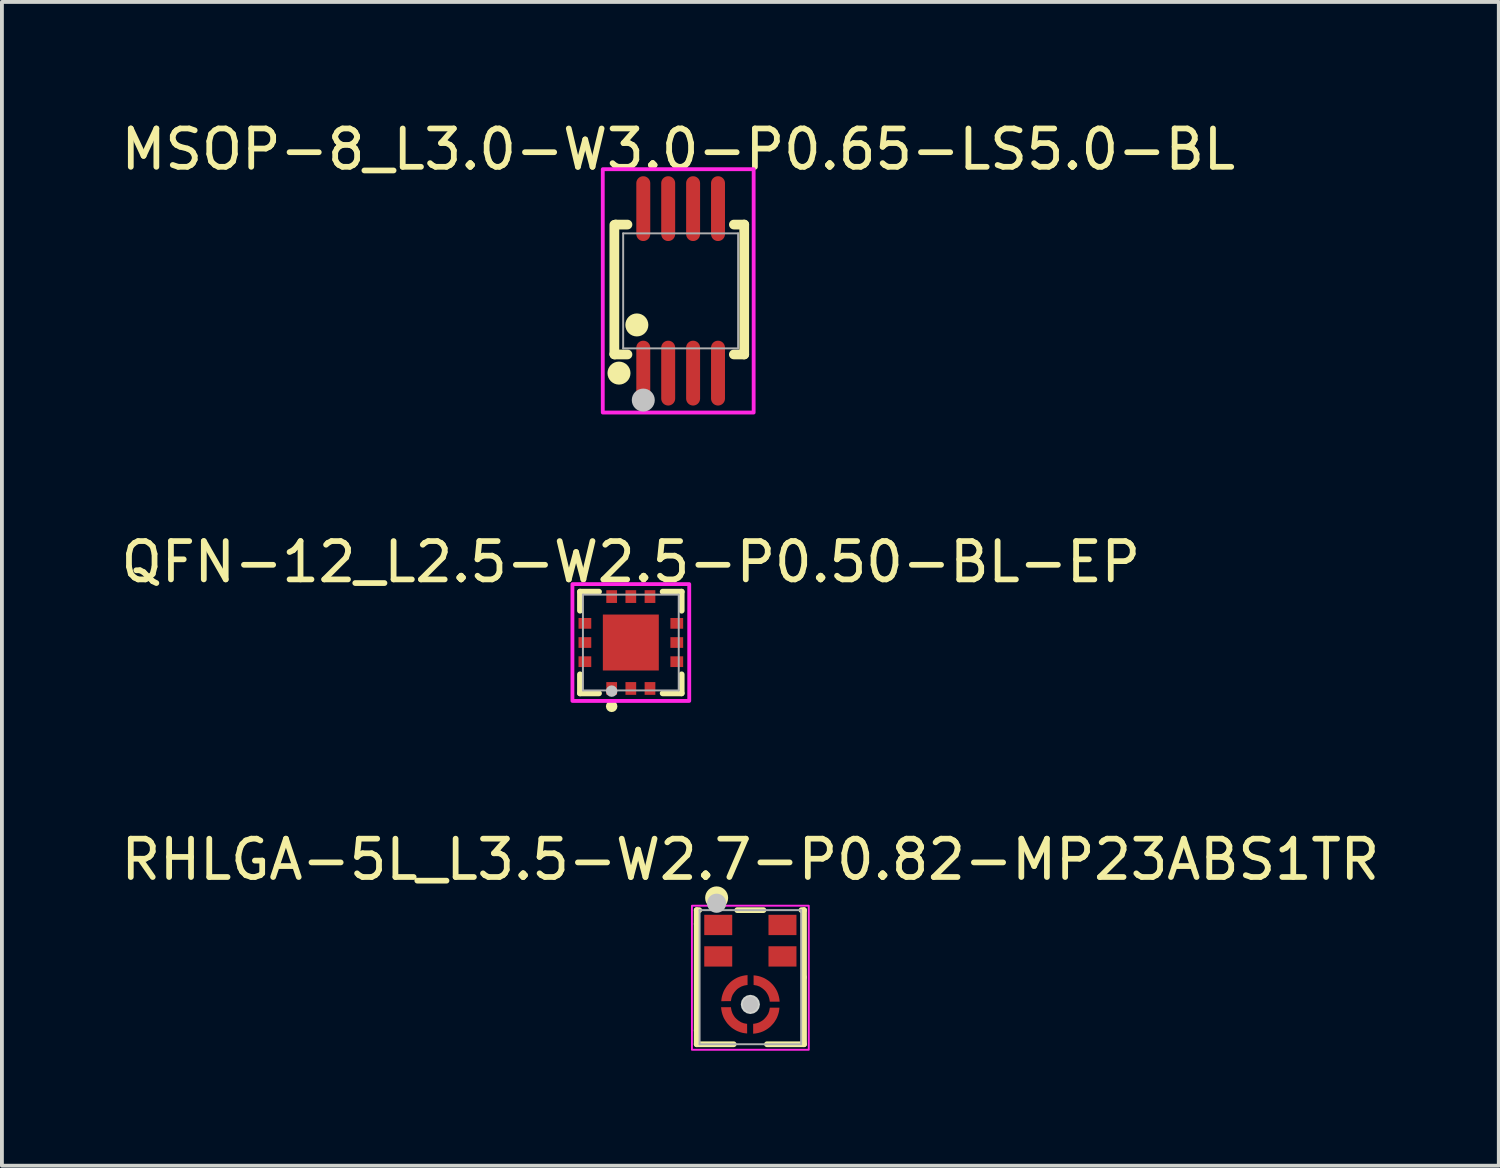
<source format=kicad_pcb>
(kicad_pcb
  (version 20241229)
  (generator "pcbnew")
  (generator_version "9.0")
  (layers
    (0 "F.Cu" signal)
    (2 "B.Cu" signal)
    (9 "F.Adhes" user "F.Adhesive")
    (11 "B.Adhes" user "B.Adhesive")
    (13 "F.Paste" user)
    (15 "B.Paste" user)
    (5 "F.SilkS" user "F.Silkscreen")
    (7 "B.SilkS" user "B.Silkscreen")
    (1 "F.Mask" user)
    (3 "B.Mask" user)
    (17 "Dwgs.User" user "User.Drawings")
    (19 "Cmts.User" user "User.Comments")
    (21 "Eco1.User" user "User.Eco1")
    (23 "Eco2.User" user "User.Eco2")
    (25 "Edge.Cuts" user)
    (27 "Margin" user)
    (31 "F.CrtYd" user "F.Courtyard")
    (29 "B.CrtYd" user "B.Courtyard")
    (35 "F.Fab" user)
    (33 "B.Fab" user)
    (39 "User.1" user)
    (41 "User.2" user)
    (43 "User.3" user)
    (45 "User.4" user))
  (footprint "QFN-12_L2.5-W2.5-P0.50-BL-EP"
    (layer "F.Cu")
    (at 13.411 13.716)
    (property "Reference" "QFN-12_L2.5-W2.5-P0.50-BL-EP" (at 0 -2.102 0) (layer "F.SilkS") (effects (font (size 1 1) (thickness 0.15))))
    (fp_line (start -1.326 -1.326) (end -0.831 -1.326) (stroke (width 0.152) (type default)) (layer "F.SilkS"))
    (fp_line (start -1.326 -0.831) (end -1.326 -1.326) (stroke (width 0.152) (type default)) (layer "F.SilkS"))
    (fp_line (start -1.326 0.831) (end -1.326 1.326) (stroke (width 0.152) (type default)) (layer "F.SilkS"))
    (fp_line (start -1.326 1.326) (end -0.831 1.326) (stroke (width 0.152) (type default)) (layer "F.SilkS"))
    (fp_line (start 1.326 -1.326) (end 0.831 -1.326) (stroke (width 0.152) (type default)) (layer "F.SilkS"))
    (fp_line (start 1.326 -0.831) (end 1.326 -1.326) (stroke (width 0.152) (type default)) (layer "F.SilkS"))
    (fp_line (start 1.326 0.831) (end 1.326 1.326) (stroke (width 0.152) (type default)) (layer "F.SilkS"))
    (fp_line (start 1.326 1.326) (end 0.831 1.326) (stroke (width 0.152) (type default)) (layer "F.SilkS"))
    (fp_circle (center -0.5 1.665) (end -0.425 1.665) (stroke (width 0.15) (type default)) (fill no) (layer "F.SilkS"))
    (fp_circle (center -0.5 1.268) (end -0.425 1.268) (stroke (width 0.15) (type default)) (fill no) (layer "Dwgs.User"))
    (fp_rect (start -1.524 -1.524) (end 1.524 1.524) (stroke (width 0.1) (type default)) (fill no) (layer "F.CrtYd"))
    (fp_line (start -1.25 -1.25) (end 1.25 -1.25) (stroke (width 0.051) (type default)) (layer "F.Fab"))
    (fp_line (start -1.25 1.25) (end -1.25 -1.25) (stroke (width 0.051) (type default)) (layer "F.Fab"))
    (fp_line (start 1.25 -1.25) (end 1.25 1.25) (stroke (width 0.051) (type default)) (layer "F.Fab"))
    (fp_line (start 1.25 1.25) (end -1.25 1.25) (stroke (width 0.051) (type default)) (layer "F.Fab"))
    (fp_poly (pts (xy -1.058 -0.385) (xy -1.058 -0.615) (xy -1.25 -0.615) (xy -1.25 -0.385)) (stroke (width 0.1) (type default)) (fill no) (layer "User.1"))
    (fp_poly (pts (xy -1.058 0.115) (xy -1.058 -0.115) (xy -1.25 -0.115) (xy -1.25 0.115)) (stroke (width 0.1) (type default)) (fill no) (layer "User.1"))
    (fp_poly (pts (xy -1.058 0.615) (xy -1.058 0.385) (xy -1.25 0.385) (xy -1.25 0.615)) (stroke (width 0.1) (type default)) (fill no) (layer "User.1"))
    (fp_poly (pts (xy -0.615 -1.25) (xy -0.615 -1.058) (xy -0.385 -1.058) (xy -0.385 -1.25)) (stroke (width 0.1) (type default)) (fill no) (layer "User.1"))
    (fp_poly (pts (xy -0.615 1.25) (xy -0.615 1.058) (xy -0.385 1.058) (xy -0.385 1.25)) (stroke (width 0.1) (type default)) (fill no) (layer "User.1"))
    (fp_poly (pts (xy -0.115 -1.25) (xy -0.115 -1.058) (xy 0.115 -1.058) (xy 0.115 -1.25)) (stroke (width 0.1) (type default)) (fill no) (layer "User.1"))
    (fp_poly (pts (xy -0.115 1.25) (xy -0.115 1.058) (xy 0.115 1.058) (xy 0.115 1.25)) (stroke (width 0.1) (type default)) (fill no) (layer "User.1"))
    (fp_poly (pts (xy 0.385 -1.25) (xy 0.385 -1.058) (xy 0.615 -1.058) (xy 0.615 -1.25)) (stroke (width 0.1) (type default)) (fill no) (layer "User.1"))
    (fp_poly (pts (xy 0.385 1.25) (xy 0.385 1.058) (xy 0.615 1.058) (xy 0.615 1.25)) (stroke (width 0.1) (type default)) (fill no) (layer "User.1"))
    (fp_poly (pts (xy 1.058 -0.385) (xy 1.058 -0.615) (xy 1.25 -0.615) (xy 1.25 -0.385)) (stroke (width 0.1) (type default)) (fill no) (layer "User.1"))
    (fp_poly (pts (xy 1.058 0.115) (xy 1.058 -0.115) (xy 1.25 -0.115) (xy 1.25 0.115)) (stroke (width 0.1) (type default)) (fill no) (layer "User.1"))
    (fp_poly (pts (xy 1.058 0.615) (xy 1.058 0.385) (xy 1.25 0.385) (xy 1.25 0.615)) (stroke (width 0.1) (type default)) (fill no) (layer "User.1"))
    (fp_poly (pts (xy -0.73 0.584) (xy -0.73 -0.73) (xy 0.73 -0.73) (xy 0.73 0.73) (xy -0.584 0.73)) (stroke (width 0.1) (type default)) (fill no) (layer "User.1"))
    (fp_poly (pts (xy -1.19 1.25) (xy -1.208 1.208) (xy -1.25 1.19) (xy -1.292 1.208) (xy -1.31 1.25) (xy -1.292 1.292) (xy -1.25 1.31) (xy -1.208 1.292)) (stroke (width 0.1) (type default)) (fill no) (layer "User.3"))
    (pad "1" smd rect (at -0.5 1.199) (size 0.28 0.333) (layers "F.Cu" "F.Mask" "F.Paste"))
    (pad "2" smd rect (at 0 1.199) (size 0.28 0.333) (layers "F.Cu" "F.Mask" "F.Paste"))
    (pad "3" smd rect (at 0.5 1.199) (size 0.28 0.333) (layers "F.Cu" "F.Mask" "F.Paste"))
    (pad "4" smd rect (at 1.199 0.5) (size 0.333 0.28) (layers "F.Cu" "F.Mask" "F.Paste"))
    (pad "5" smd rect (at 1.199 0) (size 0.333 0.28) (layers "F.Cu" "F.Mask" "F.Paste"))
    (pad "6" smd rect (at 1.199 -0.5) (size 0.333 0.28) (layers "F.Cu" "F.Mask" "F.Paste"))
    (pad "7" smd rect (at 0.5 -1.199) (size 0.28 0.333) (layers "F.Cu" "F.Mask" "F.Paste"))
    (pad "8" smd rect (at 0 -1.199) (size 0.28 0.333) (layers "F.Cu" "F.Mask" "F.Paste"))
    (pad "9" smd rect (at -0.5 -1.199) (size 0.28 0.333) (layers "F.Cu" "F.Mask" "F.Paste"))
    (pad "10" smd rect (at -1.199 -0.5) (size 0.333 0.28) (layers "F.Cu" "F.Mask" "F.Paste"))
    (pad "11" smd rect (at -1.199 0) (size 0.333 0.28) (layers "F.Cu" "F.Mask" "F.Paste"))
    (pad "12" smd rect (at -1.199 0.5) (size 0.333 0.28) (layers "F.Cu" "F.Mask" "F.Paste"))
    (pad "13" smd rect (at 0 0) (size 1.46 1.46) (layers "F.Cu" "F.Mask" "F.Paste")))
  (footprint "MSOP-8_L3.0-W3.0-P0.65-LS5.0-BL"
    (layer "F.Cu")
    (at 14.711 4.54)
    (property "Reference" "MSOP-8_L3.0-W3.0-P0.65-LS5.0-BL" (at -0.062 -3.692 0) (layer "F.SilkS") (effects (font (size 1 1) (thickness 0.15))))
    (fp_line (start -1.73 -1.724) (end -1.73 1.652) (stroke (width 0.254) (type default)) (layer "F.SilkS"))
    (fp_line (start -1.73 1.652) (end -1.724 1.659) (stroke (width 0.254) (type default)) (layer "F.SilkS"))
    (fp_line (start -1.724 1.659) (end -1.388 1.659) (stroke (width 0.254) (type default)) (layer "F.SilkS"))
    (fp_line (start -1.696 -1.73) (end -1.716 -1.71) (stroke (width 0.254) (type default)) (layer "F.SilkS"))
    (fp_line (start -1.388 -1.73) (end -1.696 -1.73) (stroke (width 0.254) (type default)) (layer "F.SilkS"))
    (fp_line (start 1.388 1.659) (end 1.659 1.659) (stroke (width 0.254) (type default)) (layer "F.SilkS"))
    (fp_line (start 1.659 -1.73) (end 1.389 -1.73) (stroke (width 0.254) (type default)) (layer "F.SilkS"))
    (fp_line (start 1.659 1.659) (end 1.659 -1.73) (stroke (width 0.254) (type default)) (layer "F.SilkS"))
    (fp_circle (center -1.609 2.146) (end -1.459 2.146) (stroke (width 0.3) (type default)) (fill no) (layer "F.SilkS"))
    (fp_circle (center -1.143 0.889) (end -0.993 0.889) (stroke (width 0.3) (type default)) (fill no) (layer "F.SilkS"))
    (fp_circle (center -0.975 2.85) (end -0.825 2.85) (stroke (width 0.3) (type default)) (fill no) (layer "Dwgs.User"))
    (fp_rect (start -2.032 -3.175) (end 1.905 3.175) (stroke (width 0.1) (type default)) (fill no) (layer "F.CrtYd"))
    (fp_line (start -1.5 -1.5) (end 1.5 -1.5) (stroke (width 0.051) (type default)) (layer "F.Fab"))
    (fp_line (start -1.5 1.5) (end -1.5 -1.5) (stroke (width 0.051) (type default)) (layer "F.Fab"))
    (fp_line (start 1.5 -1.5) (end 1.5 1.5) (stroke (width 0.051) (type default)) (layer "F.Fab"))
    (fp_line (start 1.5 1.5) (end -1.5 1.5) (stroke (width 0.051) (type default)) (layer "F.Fab"))
    (fp_poly (pts (xy -1.13 -2.45) (xy -1.13 -1.85) (xy -0.82 -1.85) (xy -0.82 -2.45)) (stroke (width 0.1) (type default)) (fill no) (layer "User.1"))
    (fp_poly (pts (xy -1.13 -1.86) (xy -1.13 -1.49) (xy -0.82 -1.49) (xy -0.82 -1.86)) (stroke (width 0.1) (type default)) (fill no) (layer "User.1"))
    (fp_poly (pts (xy -1.13 1.86) (xy -1.13 1.49) (xy -0.82 1.49) (xy -0.82 1.86)) (stroke (width 0.1) (type default)) (fill no) (layer "User.1"))
    (fp_poly (pts (xy -1.13 2.45) (xy -1.13 1.85) (xy -0.82 1.85) (xy -0.82 2.45)) (stroke (width 0.1) (type default)) (fill no) (layer "User.1"))
    (fp_poly (pts (xy -0.48 -2.45) (xy -0.48 -1.85) (xy -0.17 -1.85) (xy -0.17 -2.45)) (stroke (width 0.1) (type default)) (fill no) (layer "User.1"))
    (fp_poly (pts (xy -0.48 -1.86) (xy -0.48 -1.49) (xy -0.17 -1.49) (xy -0.17 -1.86)) (stroke (width 0.1) (type default)) (fill no) (layer "User.1"))
    (fp_poly (pts (xy -0.48 1.86) (xy -0.48 1.49) (xy -0.17 1.49) (xy -0.17 1.86)) (stroke (width 0.1) (type default)) (fill no) (layer "User.1"))
    (fp_poly (pts (xy -0.48 2.45) (xy -0.48 1.85) (xy -0.17 1.85) (xy -0.17 2.45)) (stroke (width 0.1) (type default)) (fill no) (layer "User.1"))
    (fp_poly (pts (xy 0.17 -2.45) (xy 0.17 -1.85) (xy 0.48 -1.85) (xy 0.48 -2.45)) (stroke (width 0.1) (type default)) (fill no) (layer "User.1"))
    (fp_poly (pts (xy 0.17 -1.86) (xy 0.17 -1.49) (xy 0.48 -1.49) (xy 0.48 -1.86)) (stroke (width 0.1) (type default)) (fill no) (layer "User.1"))
    (fp_poly (pts (xy 0.17 1.86) (xy 0.17 1.49) (xy 0.48 1.49) (xy 0.48 1.86)) (stroke (width 0.1) (type default)) (fill no) (layer "User.1"))
    (fp_poly (pts (xy 0.17 2.45) (xy 0.17 1.85) (xy 0.48 1.85) (xy 0.48 2.45)) (stroke (width 0.1) (type default)) (fill no) (layer "User.1"))
    (fp_poly (pts (xy 0.82 -2.45) (xy 0.82 -1.85) (xy 1.13 -1.85) (xy 1.13 -2.45)) (stroke (width 0.1) (type default)) (fill no) (layer "User.1"))
    (fp_poly (pts (xy 0.82 -1.86) (xy 0.82 -1.49) (xy 1.13 -1.49) (xy 1.13 -1.86)) (stroke (width 0.1) (type default)) (fill no) (layer "User.1"))
    (fp_poly (pts (xy 0.82 1.86) (xy 0.82 1.49) (xy 1.13 1.49) (xy 1.13 1.86)) (stroke (width 0.1) (type default)) (fill no) (layer "User.1"))
    (fp_poly (pts (xy 0.82 2.45) (xy 0.82 1.85) (xy 1.13 1.85) (xy 1.13 2.45)) (stroke (width 0.1) (type default)) (fill no) (layer "User.1"))
    (fp_poly (pts (xy -1.44 2.45) (xy -1.458 2.408) (xy -1.5 2.39) (xy -1.542 2.408) (xy -1.56 2.45) (xy -1.542 2.492) (xy -1.5 2.51) (xy -1.458 2.492)) (stroke (width 0.1) (type default)) (fill no) (layer "User.3"))
    (pad "1" smd oval (at -0.975 2.146) (size 0.364 1.692) (layers "F.Cu" "F.Mask" "F.Paste"))
    (pad "2" smd oval (at -0.325 2.146) (size 0.364 1.692) (layers "F.Cu" "F.Mask" "F.Paste"))
    (pad "3" smd oval (at 0.325 2.146) (size 0.364 1.692) (layers "F.Cu" "F.Mask" "F.Paste"))
    (pad "4" smd oval (at 0.975 2.146) (size 0.364 1.692) (layers "F.Cu" "F.Mask" "F.Paste"))
    (pad "5" smd oval (at 0.975 -2.146) (size 0.364 1.692) (layers "F.Cu" "F.Mask" "F.Paste"))
    (pad "6" smd oval (at 0.325 -2.146) (size 0.364 1.692) (layers "F.Cu" "F.Mask" "F.Paste"))
    (pad "7" smd oval (at -0.325 -2.146) (size 0.364 1.692) (layers "F.Cu" "F.Mask" "F.Paste"))
    (pad "8" smd oval (at -0.975 -2.146) (size 0.364 1.692) (layers "F.Cu" "F.Mask" "F.Paste")))
  (footprint "RHLGA-5L_L3.5-W2.7-P0.82-MP23ABS1TR"
    (layer "F.Cu")
    (at 16.53 22.362)
    (property "Reference" "RHLGA-5L_L3.5-W2.7-P0.82-MP23ABS1TR" (at 0 -2.982 0) (layer "F.SilkS") (effects (font (size 1 1) (thickness 0.15))))
    (fp_line (start -1.4 -1.663) (end -1.4 -1.302) (stroke (width 0.15) (type default)) (layer "F.SilkS"))
    (fp_line (start -1.4 -1.302) (end -1.4 1.478) (stroke (width 0.15) (type default)) (layer "F.SilkS"))
    (fp_line (start -1.4 1.837) (end -1.4 1.478) (stroke (width 0.15) (type default)) (layer "F.SilkS"))
    (fp_line (start -1.334 -1.663) (end -1.4 -1.663) (stroke (width 0.15) (type default)) (layer "F.SilkS"))
    (fp_line (start -0.435 1.837) (end -1.4 1.837) (stroke (width 0.15) (type default)) (layer "F.SilkS"))
    (fp_line (start 0.342 -1.663) (end -0.342 -1.663) (stroke (width 0.15) (type default)) (layer "F.SilkS"))
    (fp_line (start 1.4 -1.663) (end 1.334 -1.663) (stroke (width 0.15) (type default)) (layer "F.SilkS"))
    (fp_line (start 1.4 0.087) (end 1.4 -1.663) (stroke (width 0.15) (type default)) (layer "F.SilkS"))
    (fp_line (start 1.4 0.087) (end 1.4 1.837) (stroke (width 0.15) (type default)) (layer "F.SilkS"))
    (fp_line (start 1.4 1.837) (end 0.434 1.837) (stroke (width 0.15) (type default)) (layer "F.SilkS"))
    (fp_circle (center -0.88 -1.982) (end -0.73 -1.982) (stroke (width 0.3) (type default)) (fill no) (layer "F.SilkS"))
    (fp_circle (center -0.88 -1.843) (end -0.755 -1.843) (stroke (width 0.25) (type default)) (fill no) (layer "Dwgs.User"))
    (fp_circle (center 0 0.797) (end 0.1 0.797) (stroke (width 0.2) (type default)) (fill no) (layer "Dwgs.User"))
    (fp_poly (pts (xy 0.25 0.797) (xy 0.231 0.702) (xy 0.177 0.621) (xy 0.096 0.567) (xy 0 0.547) (xy -0.096 0.567) (xy -0.177 0.621) (xy -0.231 0.702) (xy -0.25 0.797) (xy -0.231 0.893) (xy -0.177 0.974) (xy -0.096 1.028) (xy 0 1.048) (xy 0.096 1.028) (xy 0.177 0.974) (xy 0.231 0.893)) (stroke (width 0) (type default)) (fill yes) (layer "Edge.Cuts"))
    (fp_rect (start -1.524 -1.778) (end 1.524 1.981) (stroke (width 0.05) (type default)) (fill no) (layer "F.CrtYd"))
    (fp_line (start -1.325 -1.663) (end -1.325 1.837) (stroke (width 0.051) (type default)) (layer "F.Fab"))
    (fp_line (start -1.325 1.837) (end 1.325 1.837) (stroke (width 0.051) (type default)) (layer "F.Fab"))
    (fp_line (start 1.325 -1.663) (end -1.325 -1.663) (stroke (width 0.051) (type default)) (layer "F.Fab"))
    (fp_line (start 1.325 1.837) (end 1.325 -1.663) (stroke (width 0.051) (type default)) (layer "F.Fab"))
    (fp_poly (pts (xy -1.2 -1.536) (xy -0.475 -1.536) (xy -0.475 -1.016) (xy -1.2 -1.016)) (stroke (width 0.1) (type default)) (fill no) (layer "User.1"))
    (fp_poly (pts (xy -1.2 -0.715) (xy -0.475 -0.715) (xy -0.475 -0.195) (xy -1.2 -0.195)) (stroke (width 0.1) (type default)) (fill no) (layer "User.1"))
    (fp_poly (pts (xy 0.475 -1.536) (xy 1.2 -1.536) (xy 1.2 -1.016) (xy 0.475 -1.016)) (stroke (width 0.1) (type default)) (fill no) (layer "User.1"))
    (fp_poly (pts (xy 0.475 -0.715) (xy 1.2 -0.715) (xy 1.2 -0.195) (xy 0.475 -0.195)) (stroke (width 0.1) (type default)) (fill no) (layer "User.1"))
    (fp_poly (pts (xy -0.507 0.713) (xy -0.758 0.714) (xy -0.752 0.653) (xy -0.743 0.596) (xy -0.726 0.532) (xy -0.699 0.463) (xy -0.675 0.415) (xy -0.654 0.38) (xy -0.632 0.344) (xy -0.611 0.315) (xy -0.586 0.284) (xy -0.55 0.246) (xy -0.511 0.209) (xy -0.463 0.171) (xy -0.414 0.139) (xy -0.368 0.113) (xy -0.332 0.095) (xy -0.265 0.07) (xy -0.204 0.052) (xy -0.136 0.04) (xy -0.072 0.034) (xy -0.072 0.291) (xy -0.102 0.294) (xy -0.164 0.306) (xy -0.203 0.32) (xy -0.237 0.333) (xy -0.298 0.367) (xy -0.336 0.394) (xy -0.369 0.424) (xy -0.416 0.479) (xy -0.465 0.55) (xy -0.491 0.625)) (stroke (width 0.1) (type default)) (fill no) (layer "User.1"))
    (fp_poly (pts (xy -0.085 1.305) (xy -0.084 1.556) (xy -0.144 1.55) (xy -0.202 1.54) (xy -0.265 1.523) (xy -0.335 1.496) (xy -0.382 1.473) (xy -0.418 1.452) (xy -0.453 1.43) (xy -0.483 1.408) (xy -0.513 1.383) (xy -0.551 1.348) (xy -0.588 1.309) (xy -0.627 1.26) (xy -0.659 1.212) (xy -0.685 1.166) (xy -0.703 1.129) (xy -0.728 1.062) (xy -0.745 1.002) (xy -0.758 0.933) (xy -0.764 0.87) (xy -0.506 0.87) (xy -0.503 0.9) (xy -0.491 0.961) (xy -0.478 1) (xy -0.465 1.035) (xy -0.43 1.096) (xy -0.404 1.133) (xy -0.373 1.167) (xy -0.318 1.214) (xy -0.247 1.262) (xy -0.172 1.289)) (stroke (width 0.1) (type default)) (fill no) (layer "User.1"))
    (fp_poly (pts (xy 0.085 0.29) (xy 0.084 0.039) (xy 0.144 0.045) (xy 0.202 0.055) (xy 0.265 0.072) (xy 0.335 0.099) (xy 0.382 0.122) (xy 0.418 0.143) (xy 0.453 0.165) (xy 0.483 0.187) (xy 0.513 0.212) (xy 0.551 0.247) (xy 0.588 0.286) (xy 0.627 0.335) (xy 0.659 0.383) (xy 0.685 0.429) (xy 0.703 0.466) (xy 0.728 0.533) (xy 0.745 0.593) (xy 0.758 0.662) (xy 0.764 0.725) (xy 0.506 0.725) (xy 0.503 0.695) (xy 0.491 0.634) (xy 0.478 0.595) (xy 0.465 0.56) (xy 0.43 0.499) (xy 0.404 0.462) (xy 0.373 0.428) (xy 0.318 0.381) (xy 0.247 0.333) (xy 0.172 0.306)) (stroke (width 0.1) (type default)) (fill no) (layer "User.1"))
    (fp_poly (pts (xy 0.507 0.882) (xy 0.758 0.881) (xy 0.752 0.942) (xy 0.743 1) (xy 0.726 1.062) (xy 0.699 1.133) (xy 0.675 1.179) (xy 0.654 1.216) (xy 0.632 1.25) (xy 0.611 1.28) (xy 0.586 1.31) (xy 0.55 1.349) (xy 0.511 1.385) (xy 0.463 1.425) (xy 0.414 1.456) (xy 0.368 1.482) (xy 0.332 1.5) (xy 0.265 1.526) (xy 0.204 1.542) (xy 0.136 1.556) (xy 0.072 1.562) (xy 0.072 1.304) (xy 0.102 1.3) (xy 0.164 1.288) (xy 0.203 1.276) (xy 0.237 1.262) (xy 0.298 1.228) (xy 0.336 1.202) (xy 0.369 1.171) (xy 0.416 1.115) (xy 0.465 1.044) (xy 0.491 0.97)) (stroke (width 0.1) (type default)) (fill no) (layer "User.1"))
    (fp_poly (pts (xy -1.265 -1.663) (xy -1.283 -1.705) (xy -1.325 -1.722) (xy -1.367 -1.705) (xy -1.385 -1.663) (xy -1.367 -1.62) (xy -1.325 -1.603) (xy -1.283 -1.62)) (stroke (width 0.1) (type default)) (fill no) (layer "User.3"))
    (pad "1" smd rect (at -0.838 -1.276) (size 0.73 0.53) (layers "F.Cu" "F.Mask" "F.Paste"))
    (pad "2" smd rect (at -0.838 -0.455) (size 0.73 0.53) (layers "F.Cu" "F.Mask" "F.Paste"))
    (pad "3" smd custom (at -0.479 0.373) (size 0.000001 0.000001) (layers "F.Cu" "F.Mask" "F.Paste") (options (anchor circle)) (primitives (gr_poly (pts (xy -0.029 0.339) (xy -0.28 0.34) (xy -0.274 0.28) (xy -0.264 0.222) (xy -0.246 0.159) (xy -0.22 0.089) (xy -0.197 0.042) (xy -0.175 0.006) (xy -0.153 -0.029) (xy -0.132 -0.059) (xy -0.106 -0.089) (xy -0.071 -0.127) (xy -0.033 -0.164) (xy 0.017 -0.203) (xy 0.065 -0.235) (xy 0.111 -0.261) (xy 0.147 -0.279) (xy 0.214 -0.304) (xy 0.275 -0.321) (xy 0.344 -0.334) (xy 0.406 -0.34) (xy 0.406 -0.082) (xy 0.377 -0.079) (xy 0.316 -0.067) (xy 0.277 -0.054) (xy 0.241 -0.041) (xy 0.18 -0.006) (xy 0.143 0.02) (xy 0.11 0.051) (xy 0.062 0.106) (xy 0.015 0.177) (xy -0.013 0.252)) (width 0) (fill yes))))
    (pad "3" smd custom (at -0.424 1.276) (size 0.000001 0.000001) (layers "F.Cu" "F.Mask" "F.Paste") (options (anchor circle)) (primitives (gr_poly (pts (xy 0.339 0.029) (xy 0.34 0.28) (xy 0.28 0.274) (xy 0.222 0.264) (xy 0.159 0.246) (xy 0.089 0.22) (xy 0.042 0.197) (xy 0.006 0.175) (xy -0.029 0.153) (xy -0.059 0.132) (xy -0.089 0.106) (xy -0.127 0.071) (xy -0.164 0.033) (xy -0.203 -0.017) (xy -0.235 -0.065) (xy -0.261 -0.111) (xy -0.279 -0.147) (xy -0.304 -0.214) (xy -0.321 -0.275) (xy -0.334 -0.344) (xy -0.34 -0.406) (xy -0.082 -0.406) (xy -0.079 -0.377) (xy -0.067 -0.316) (xy -0.054 -0.277) (xy -0.041 -0.241) (xy -0.006 -0.18) (xy 0.02 -0.143) (xy 0.051 -0.11) (xy 0.106 -0.062) (xy 0.177 -0.015) (xy 0.252 0.013)) (width 0) (fill yes))))
    (pad "3" smd custom (at 0.424 0.319) (size 0.000001 0.000001) (layers "F.Cu" "F.Mask" "F.Paste") (options (anchor circle)) (primitives (gr_poly (pts (xy -0.339 -0.029) (xy -0.34 -0.28) (xy -0.28 -0.274) (xy -0.222 -0.264) (xy -0.159 -0.246) (xy -0.089 -0.22) (xy -0.042 -0.197) (xy -0.006 -0.175) (xy 0.029 -0.153) (xy 0.059 -0.132) (xy 0.089 -0.106) (xy 0.127 -0.071) (xy 0.164 -0.033) (xy 0.203 0.017) (xy 0.235 0.065) (xy 0.261 0.111) (xy 0.279 0.147) (xy 0.304 0.214) (xy 0.321 0.275) (xy 0.334 0.344) (xy 0.34 0.406) (xy 0.082 0.406) (xy 0.079 0.377) (xy 0.067 0.316) (xy 0.054 0.277) (xy 0.041 0.241) (xy 0.006 0.18) (xy -0.02 0.143) (xy -0.051 0.11) (xy -0.106 0.062) (xy -0.177 0.015) (xy -0.252 -0.013)) (width 0) (fill yes))))
    (pad "3" smd custom (at 0.479 1.222) (size 0.000001 0.000001) (layers "F.Cu" "F.Mask" "F.Paste") (options (anchor circle)) (primitives (gr_poly (pts (xy 0.029 -0.339) (xy 0.28 -0.34) (xy 0.274 -0.28) (xy 0.264 -0.222) (xy 0.246 -0.159) (xy 0.22 -0.089) (xy 0.197 -0.042) (xy 0.175 -0.006) (xy 0.153 0.029) (xy 0.132 0.059) (xy 0.106 0.089) (xy 0.071 0.127) (xy 0.033 0.164) (xy -0.017 0.203) (xy -0.065 0.235) (xy -0.111 0.261) (xy -0.147 0.279) (xy -0.214 0.304) (xy -0.275 0.321) (xy -0.344 0.334) (xy -0.406 0.34) (xy -0.406 0.082) (xy -0.377 0.079) (xy -0.316 0.067) (xy -0.277 0.054) (xy -0.241 0.041) (xy -0.18 0.006) (xy -0.143 -0.02) (xy -0.11 -0.051) (xy -0.062 -0.106) (xy -0.015 -0.177) (xy 0.013 -0.252)) (width 0) (fill yes))))
    (pad "4" smd rect (at 0.838 -0.455) (size 0.73 0.53) (layers "F.Cu" "F.Mask" "F.Paste"))
    (pad "5" smd rect (at 0.838 -1.276) (size 0.73 0.53) (layers "F.Cu" "F.Mask" "F.Paste")))
  (gr_rect
    (start -3 -3)
    (end 36.06 27.368)
    (stroke (width 0.1) (type default))
    (fill no)
    (layer "Edge.Cuts")))
</source>
